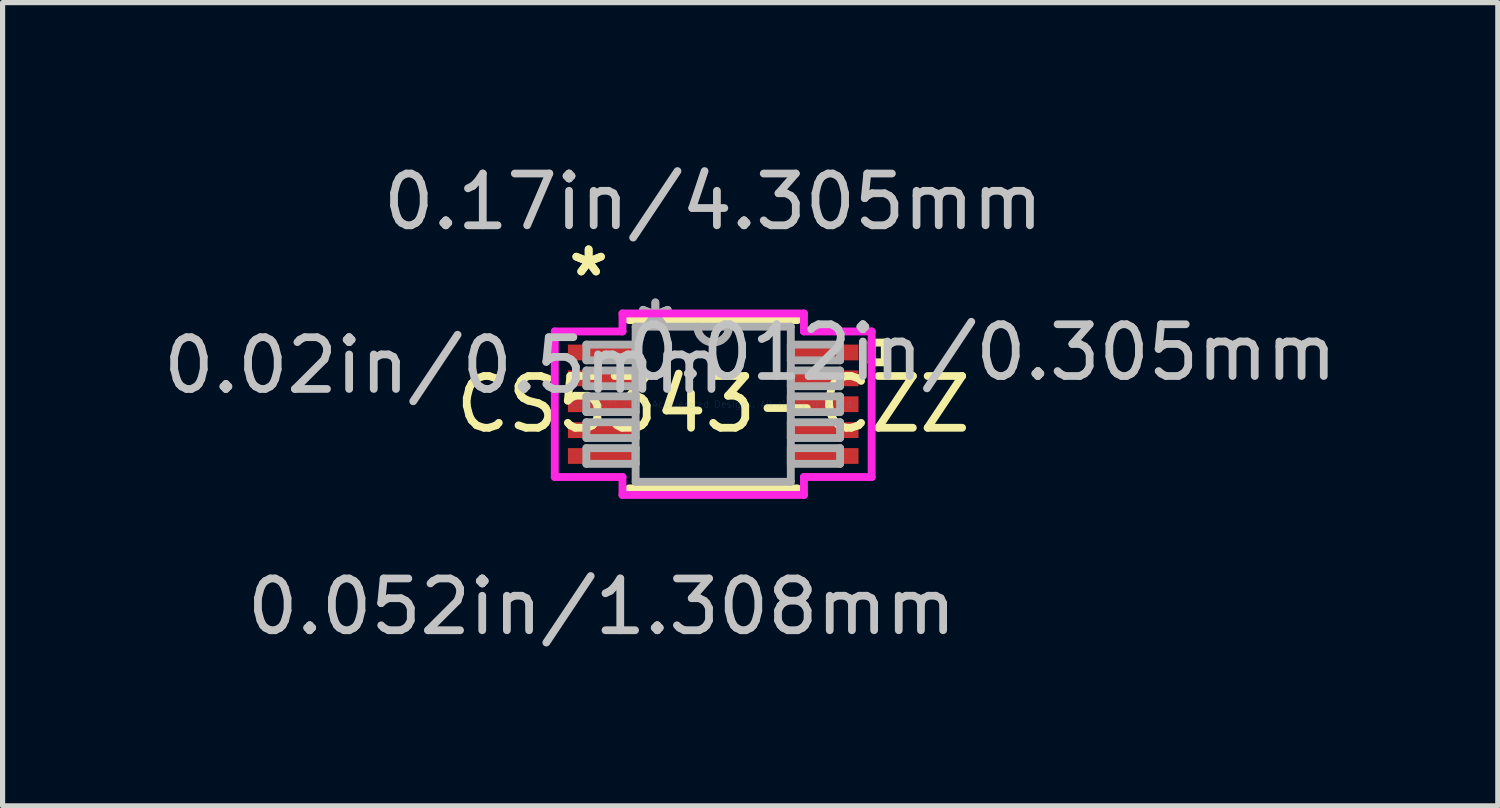
<source format=kicad_pcb>
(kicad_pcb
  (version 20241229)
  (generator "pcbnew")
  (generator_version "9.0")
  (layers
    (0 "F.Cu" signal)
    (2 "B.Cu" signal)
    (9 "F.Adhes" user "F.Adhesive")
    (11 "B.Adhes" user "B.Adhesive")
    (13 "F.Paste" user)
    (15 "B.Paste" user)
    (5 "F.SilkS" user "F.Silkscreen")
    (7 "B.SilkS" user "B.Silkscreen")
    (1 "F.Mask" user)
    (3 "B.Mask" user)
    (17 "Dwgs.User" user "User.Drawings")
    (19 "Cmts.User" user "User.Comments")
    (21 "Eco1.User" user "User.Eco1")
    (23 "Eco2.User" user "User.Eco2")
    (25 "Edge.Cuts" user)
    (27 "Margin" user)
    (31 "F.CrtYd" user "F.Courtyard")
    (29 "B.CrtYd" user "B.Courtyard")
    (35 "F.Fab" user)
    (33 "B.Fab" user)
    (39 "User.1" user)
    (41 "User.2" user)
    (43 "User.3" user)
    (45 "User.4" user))
  (footprint "CS5343-CZZ"
    (layer "F.Cu")
    (at 10.73 4.76)
    (property "Reference" "CS5343-CZZ" (at 0 0 0) (layer "F.SilkS") (effects (font (size 1 1) (thickness 0.15))))
    (attr through_hole)
    (fp_line (start -1.626 1.626) (end 1.626 1.626) (stroke (width 0.152) (type solid)) (layer "F.SilkS"))
    (fp_line (start 1.626 -1.626) (end -1.626 -1.626) (stroke (width 0.152) (type solid)) (layer "F.SilkS"))
    (fp_line (start 3.061 -1.191) (end 3.315 -1.191) (stroke (width 0.152) (type solid)) (layer "F.SilkS"))
    (fp_line (start 3.061 -0.81) (end 3.061 -1.191) (stroke (width 0.152) (type solid)) (layer "F.SilkS"))
    (fp_line (start 3.315 -1.191) (end 3.315 -0.81) (stroke (width 0.152) (type solid)) (layer "F.SilkS"))
    (fp_line (start 3.315 -0.81) (end 3.061 -0.81) (stroke (width 0.152) (type solid)) (layer "F.SilkS"))
    (fp_line (start -3.061 -1.406) (end -1.753 -1.406) (stroke (width 0.152) (type solid)) (layer "F.CrtYd"))
    (fp_line (start -3.061 1.406) (end -3.061 -1.406) (stroke (width 0.152) (type solid)) (layer "F.CrtYd"))
    (fp_line (start -1.753 -1.753) (end 1.753 -1.753) (stroke (width 0.152) (type solid)) (layer "F.CrtYd"))
    (fp_line (start -1.753 -1.406) (end -1.753 -1.753) (stroke (width 0.152) (type solid)) (layer "F.CrtYd"))
    (fp_line (start -1.753 1.406) (end -3.061 1.406) (stroke (width 0.152) (type solid)) (layer "F.CrtYd"))
    (fp_line (start -1.753 1.753) (end -1.753 1.406) (stroke (width 0.152) (type solid)) (layer "F.CrtYd"))
    (fp_line (start 1.753 -1.753) (end 1.753 -1.406) (stroke (width 0.152) (type solid)) (layer "F.CrtYd"))
    (fp_line (start 1.753 -1.406) (end 3.061 -1.406) (stroke (width 0.152) (type solid)) (layer "F.CrtYd"))
    (fp_line (start 1.753 1.406) (end 1.753 1.753) (stroke (width 0.152) (type solid)) (layer "F.CrtYd"))
    (fp_line (start 1.753 1.753) (end -1.753 1.753) (stroke (width 0.152) (type solid)) (layer "F.CrtYd"))
    (fp_line (start 3.061 -1.406) (end 3.061 1.406) (stroke (width 0.152) (type solid)) (layer "F.CrtYd"))
    (fp_line (start 3.061 1.406) (end 1.753 1.406) (stroke (width 0.152) (type solid)) (layer "F.CrtYd"))
    (fp_line (start -2.451 -1.152) (end -2.451 -0.848) (stroke (width 0.152) (type solid)) (layer "F.Fab"))
    (fp_line (start -2.451 -0.848) (end -1.499 -0.848) (stroke (width 0.152) (type solid)) (layer "F.Fab"))
    (fp_line (start -2.451 -0.652) (end -2.451 -0.348) (stroke (width 0.152) (type solid)) (layer "F.Fab"))
    (fp_line (start -2.451 -0.348) (end -1.499 -0.348) (stroke (width 0.152) (type solid)) (layer "F.Fab"))
    (fp_line (start -2.451 -0.152) (end -2.451 0.152) (stroke (width 0.152) (type solid)) (layer "F.Fab"))
    (fp_line (start -2.451 0.152) (end -1.499 0.152) (stroke (width 0.152) (type solid)) (layer "F.Fab"))
    (fp_line (start -2.451 0.348) (end -2.451 0.652) (stroke (width 0.152) (type solid)) (layer "F.Fab"))
    (fp_line (start -2.451 0.652) (end -1.499 0.652) (stroke (width 0.152) (type solid)) (layer "F.Fab"))
    (fp_line (start -2.451 0.848) (end -2.451 1.152) (stroke (width 0.152) (type solid)) (layer "F.Fab"))
    (fp_line (start -2.451 1.152) (end -1.499 1.152) (stroke (width 0.152) (type solid)) (layer "F.Fab"))
    (fp_line (start -1.499 -1.499) (end -1.499 1.499) (stroke (width 0.152) (type solid)) (layer "F.Fab"))
    (fp_line (start -1.499 -1.152) (end -2.451 -1.152) (stroke (width 0.152) (type solid)) (layer "F.Fab"))
    (fp_line (start -1.499 -0.848) (end -1.499 -1.152) (stroke (width 0.152) (type solid)) (layer "F.Fab"))
    (fp_line (start -1.499 -0.652) (end -2.451 -0.652) (stroke (width 0.152) (type solid)) (layer "F.Fab"))
    (fp_line (start -1.499 -0.348) (end -1.499 -0.652) (stroke (width 0.152) (type solid)) (layer "F.Fab"))
    (fp_line (start -1.499 -0.152) (end -2.451 -0.152) (stroke (width 0.152) (type solid)) (layer "F.Fab"))
    (fp_line (start -1.499 0.152) (end -1.499 -0.152) (stroke (width 0.152) (type solid)) (layer "F.Fab"))
    (fp_line (start -1.499 0.348) (end -2.451 0.348) (stroke (width 0.152) (type solid)) (layer "F.Fab"))
    (fp_line (start -1.499 0.652) (end -1.499 0.348) (stroke (width 0.152) (type solid)) (layer "F.Fab"))
    (fp_line (start -1.499 0.848) (end -2.451 0.848) (stroke (width 0.152) (type solid)) (layer "F.Fab"))
    (fp_line (start -1.499 1.152) (end -1.499 0.848) (stroke (width 0.152) (type solid)) (layer "F.Fab"))
    (fp_line (start -1.499 1.499) (end 1.499 1.499) (stroke (width 0.152) (type solid)) (layer "F.Fab"))
    (fp_line (start 1.499 -1.499) (end -1.499 -1.499) (stroke (width 0.152) (type solid)) (layer "F.Fab"))
    (fp_line (start 1.499 -1.152) (end 1.499 -0.848) (stroke (width 0.152) (type solid)) (layer "F.Fab"))
    (fp_line (start 1.499 -0.848) (end 2.451 -0.848) (stroke (width 0.152) (type solid)) (layer "F.Fab"))
    (fp_line (start 1.499 -0.652) (end 1.499 -0.348) (stroke (width 0.152) (type solid)) (layer "F.Fab"))
    (fp_line (start 1.499 -0.348) (end 2.451 -0.348) (stroke (width 0.152) (type solid)) (layer "F.Fab"))
    (fp_line (start 1.499 -0.152) (end 1.499 0.152) (stroke (width 0.152) (type solid)) (layer "F.Fab"))
    (fp_line (start 1.499 0.152) (end 2.451 0.152) (stroke (width 0.152) (type solid)) (layer "F.Fab"))
    (fp_line (start 1.499 0.348) (end 1.499 0.652) (stroke (width 0.152) (type solid)) (layer "F.Fab"))
    (fp_line (start 1.499 0.652) (end 2.451 0.652) (stroke (width 0.152) (type solid)) (layer "F.Fab"))
    (fp_line (start 1.499 0.848) (end 1.499 1.152) (stroke (width 0.152) (type solid)) (layer "F.Fab"))
    (fp_line (start 1.499 1.152) (end 2.451 1.152) (stroke (width 0.152) (type solid)) (layer "F.Fab"))
    (fp_line (start 1.499 1.499) (end 1.499 -1.499) (stroke (width 0.152) (type solid)) (layer "F.Fab"))
    (fp_line (start 2.451 -1.152) (end 1.499 -1.152) (stroke (width 0.152) (type solid)) (layer "F.Fab"))
    (fp_line (start 2.451 -0.848) (end 2.451 -1.152) (stroke (width 0.152) (type solid)) (layer "F.Fab"))
    (fp_line (start 2.451 -0.652) (end 1.499 -0.652) (stroke (width 0.152) (type solid)) (layer "F.Fab"))
    (fp_line (start 2.451 -0.348) (end 2.451 -0.652) (stroke (width 0.152) (type solid)) (layer "F.Fab"))
    (fp_line (start 2.451 -0.152) (end 1.499 -0.152) (stroke (width 0.152) (type solid)) (layer "F.Fab"))
    (fp_line (start 2.451 0.152) (end 2.451 -0.152) (stroke (width 0.152) (type solid)) (layer "F.Fab"))
    (fp_line (start 2.451 0.348) (end 1.499 0.348) (stroke (width 0.152) (type solid)) (layer "F.Fab"))
    (fp_line (start 2.451 0.652) (end 2.451 0.348) (stroke (width 0.152) (type solid)) (layer "F.Fab"))
    (fp_line (start 2.451 0.848) (end 1.499 0.848) (stroke (width 0.152) (type solid)) (layer "F.Fab"))
    (fp_line (start 2.451 1.152) (end 2.451 0.848) (stroke (width 0.152) (type solid)) (layer "F.Fab"))
    (fp_arc (start 0.3048 -1.4986) (mid 0 -1.1938) (end -0.3048 -1.4986) (stroke (width 0.1524) (type solid)) (layer "F.Fab"))
    (fp_text user "*" (at -2.407 -2.448 0) (layer "F.SilkS") (effects (font (size 1 1) (thickness 0.15))))
    (fp_text user "*" (at -2.407 -2.448 0) (layer "F.SilkS") (effects (font (size 1 1) (thickness 0.15))))
    (fp_text user "0.052in/1.308mm" (at -2.153 3.912 0) (layer "Dwgs.User") (effects (font (size 1 1) (thickness 0.15))))
    (fp_text user "0.02in/0.5mm" (at -5.201 -0.75 0) (layer "Dwgs.User") (effects (font (size 1 1) (thickness 0.15))))
    (fp_text user "0.17in/4.305mm" (at 0 -3.912 0) (layer "Dwgs.User") (effects (font (size 1 1) (thickness 0.15))))
    (fp_text user "0.012in/0.305mm" (at 5.201 -1 0) (layer "Dwgs.User") (effects (font (size 1 1) (thickness 0.15))))
    (fp_text user "Copyright 2016 Accelerated Designs. All rights reserved." (at 0 0 0) (layer "Cmts.User") (effects (font (size 0.127 0.127) (thickness 0.002))))
    (fp_text user "*" (at -1.118 -1.422 0) (layer "F.Fab") (effects (font (size 1 1) (thickness 0.15))))
    (fp_text user "*" (at -1.118 -1.422 0) (layer "F.Fab") (effects (font (size 1 1) (thickness 0.15))))
    (pad "1" smd rect (at -2.153 -1) (size 1.308 0.305) (layers "F.Cu" "F.Mask" "F.Paste"))
    (pad "2" smd rect (at -2.153 -0.5) (size 1.308 0.305) (layers "F.Cu" "F.Mask" "F.Paste"))
    (pad "3" smd rect (at -2.153 0) (size 1.308 0.305) (layers "F.Cu" "F.Mask" "F.Paste"))
    (pad "4" smd rect (at -2.153 0.5) (size 1.308 0.305) (layers "F.Cu" "F.Mask" "F.Paste"))
    (pad "5" smd rect (at -2.153 1) (size 1.308 0.305) (layers "F.Cu" "F.Mask" "F.Paste"))
    (pad "6" smd rect (at 2.153 1) (size 1.308 0.305) (layers "F.Cu" "F.Mask" "F.Paste"))
    (pad "7" smd rect (at 2.153 0.5) (size 1.308 0.305) (layers "F.Cu" "F.Mask" "F.Paste"))
    (pad "8" smd rect (at 2.153 0) (size 1.308 0.305) (layers "F.Cu" "F.Mask" "F.Paste"))
    (pad "9" smd rect (at 2.153 -0.5) (size 1.308 0.305) (layers "F.Cu" "F.Mask" "F.Paste"))
    (pad "10" smd rect (at 2.153 -1) (size 1.308 0.305) (layers "F.Cu" "F.Mask" "F.Paste")))
  (gr_rect
    (start -3 -3)
    (end 25.889 12.52)
    (stroke (width 0.1) (type default))
    (fill no)
    (layer "Edge.Cuts")))
</source>
